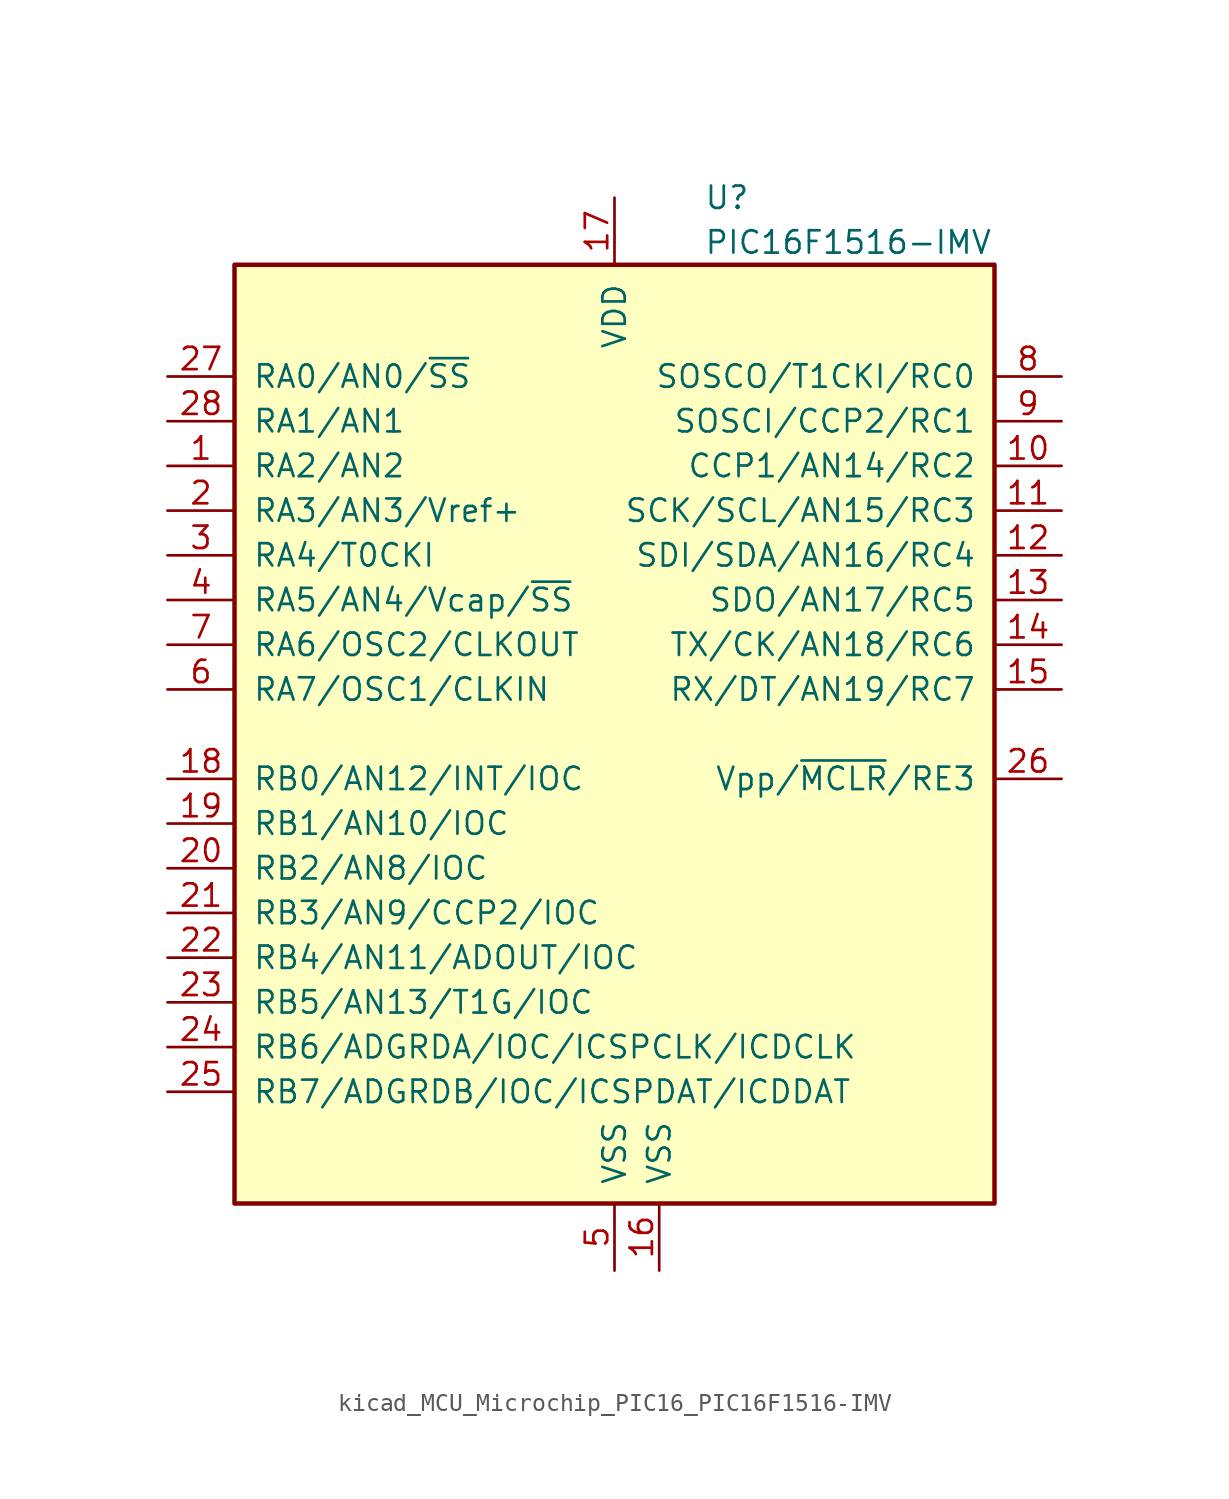
<source format=kicad_sym>
(kicad_symbol_lib
  (version 20220914)
  (generator kicad_symbol_editor)
  (symbol "kicad_MCU_Microchip_PIC16_PIC16F1516-IMV"
    (pin_names
      (offset 1.016))
    (property "Reference" "U"
      (at 5.08 30.48 0)
      (effects (font (size 1.27 1.27)) (justify left)))
    (property "Value" "PIC16F1516-IMV"
      (at 5.08 27.94 0)
      (effects (font (size 1.27 1.27)) (justify left)))
    (symbol "kicad_MCU_Microchip_PIC16_PIC16F1516-IMV_0_1"
      (rectangle (start -21.59 26.67) (end 21.59 -26.67) (stroke (width 0.254) (type default)) (fill (type background))))
    (symbol "kicad_MCU_Microchip_PIC16_PIC16F1516-IMV_1_1"
      (pin bidirectional line (at -25.4 15.24 0) (length 3.81) (name "RA2/AN2" (effects (font (size 1.27 1.27)))) (number "1" (effects (font (size 1.27 1.27)))))
      (pin bidirectional line (at 25.4 15.24 180) (length 3.81) (name "CCP1/AN14/RC2" (effects (font (size 1.27 1.27)))) (number "10" (effects (font (size 1.27 1.27)))))
      (pin bidirectional line (at 25.4 12.7 180) (length 3.81) (name "SCK/SCL/AN15/RC3" (effects (font (size 1.27 1.27)))) (number "11" (effects (font (size 1.27 1.27)))))
      (pin bidirectional line (at 25.4 10.16 180) (length 3.81) (name "SDI/SDA/AN16/RC4" (effects (font (size 1.27 1.27)))) (number "12" (effects (font (size 1.27 1.27)))))
      (pin bidirectional line (at 25.4 7.62 180) (length 3.81) (name "SDO/AN17/RC5" (effects (font (size 1.27 1.27)))) (number "13" (effects (font (size 1.27 1.27)))))
      (pin bidirectional line (at 25.4 5.08 180) (length 3.81) (name "TX/CK/AN18/RC6" (effects (font (size 1.27 1.27)))) (number "14" (effects (font (size 1.27 1.27)))))
      (pin bidirectional line (at 25.4 2.54 180) (length 3.81) (name "RX/DT/AN19/RC7" (effects (font (size 1.27 1.27)))) (number "15" (effects (font (size 1.27 1.27)))))
      (pin power_in line (at 2.54 -30.48 90) (length 3.81) (name "VSS" (effects (font (size 1.27 1.27)))) (number "16" (effects (font (size 1.27 1.27)))))
      (pin power_in line (at 0 30.48 270) (length 3.81) (name "VDD" (effects (font (size 1.27 1.27)))) (number "17" (effects (font (size 1.27 1.27)))))
      (pin bidirectional line (at -25.4 -2.54 0) (length 3.81) (name "RB0/AN12/INT/IOC" (effects (font (size 1.27 1.27)))) (number "18" (effects (font (size 1.27 1.27)))))
      (pin bidirectional line (at -25.4 -5.08 0) (length 3.81) (name "RB1/AN10/IOC" (effects (font (size 1.27 1.27)))) (number "19" (effects (font (size 1.27 1.27)))))
      (pin bidirectional line (at -25.4 12.7 0) (length 3.81) (name "RA3/AN3/Vref+" (effects (font (size 1.27 1.27)))) (number "2" (effects (font (size 1.27 1.27)))))
      (pin bidirectional line (at -25.4 -7.62 0) (length 3.81) (name "RB2/AN8/IOC" (effects (font (size 1.27 1.27)))) (number "20" (effects (font (size 1.27 1.27)))))
      (pin bidirectional line (at -25.4 -10.16 0) (length 3.81) (name "RB3/AN9/CCP2/IOC" (effects (font (size 1.27 1.27)))) (number "21" (effects (font (size 1.27 1.27)))))
      (pin bidirectional line (at -25.4 -12.7 0) (length 3.81) (name "RB4/AN11/ADOUT/IOC" (effects (font (size 1.27 1.27)))) (number "22" (effects (font (size 1.27 1.27)))))
      (pin bidirectional line (at -25.4 -15.24 0) (length 3.81) (name "RB5/AN13/T1G/IOC" (effects (font (size 1.27 1.27)))) (number "23" (effects (font (size 1.27 1.27)))))
      (pin bidirectional line (at -25.4 -17.78 0) (length 3.81) (name "RB6/ADGRDA/IOC/ICSPCLK/ICDCLK" (effects (font (size 1.27 1.27)))) (number "24" (effects (font (size 1.27 1.27)))))
      (pin bidirectional line (at -25.4 -20.32 0) (length 3.81) (name "RB7/ADGRDB/IOC/ICSPDAT/ICDDAT" (effects (font (size 1.27 1.27)))) (number "25" (effects (font (size 1.27 1.27)))))
      (pin input line (at 25.4 -2.54 180) (length 3.81) (name "Vpp/~{MCLR}/RE3" (effects (font (size 1.27 1.27)))) (number "26" (effects (font (size 1.27 1.27)))))
      (pin bidirectional line (at -25.4 20.32 0) (length 3.81) (name "RA0/AN0/~{SS}" (effects (font (size 1.27 1.27)))) (number "27" (effects (font (size 1.27 1.27)))))
      (pin bidirectional line (at -25.4 17.78 0) (length 3.81) (name "RA1/AN1" (effects (font (size 1.27 1.27)))) (number "28" (effects (font (size 1.27 1.27)))))
      (pin bidirectional line (at -25.4 10.16 0) (length 3.81) (name "RA4/T0CKI" (effects (font (size 1.27 1.27)))) (number "3" (effects (font (size 1.27 1.27)))))
      (pin bidirectional line (at -25.4 7.62 0) (length 3.81) (name "RA5/AN4/Vcap/~{SS}" (effects (font (size 1.27 1.27)))) (number "4" (effects (font (size 1.27 1.27)))))
      (pin power_in line (at 0 -30.48 90) (length 3.81) (name "VSS" (effects (font (size 1.27 1.27)))) (number "5" (effects (font (size 1.27 1.27)))))
      (pin bidirectional line (at -25.4 2.54 0) (length 3.81) (name "RA7/OSC1/CLKIN" (effects (font (size 1.27 1.27)))) (number "6" (effects (font (size 1.27 1.27)))))
      (pin bidirectional line (at -25.4 5.08 0) (length 3.81) (name "RA6/OSC2/CLKOUT" (effects (font (size 1.27 1.27)))) (number "7" (effects (font (size 1.27 1.27)))))
      (pin bidirectional line (at 25.4 20.32 180) (length 3.81) (name "SOSCO/T1CKI/RC0" (effects (font (size 1.27 1.27)))) (number "8" (effects (font (size 1.27 1.27)))))
      (pin bidirectional line (at 25.4 17.78 180) (length 3.81) (name "SOSCI/CCP2/RC1" (effects (font (size 1.27 1.27)))) (number "9" (effects (font (size 1.27 1.27))))))))
</source>
